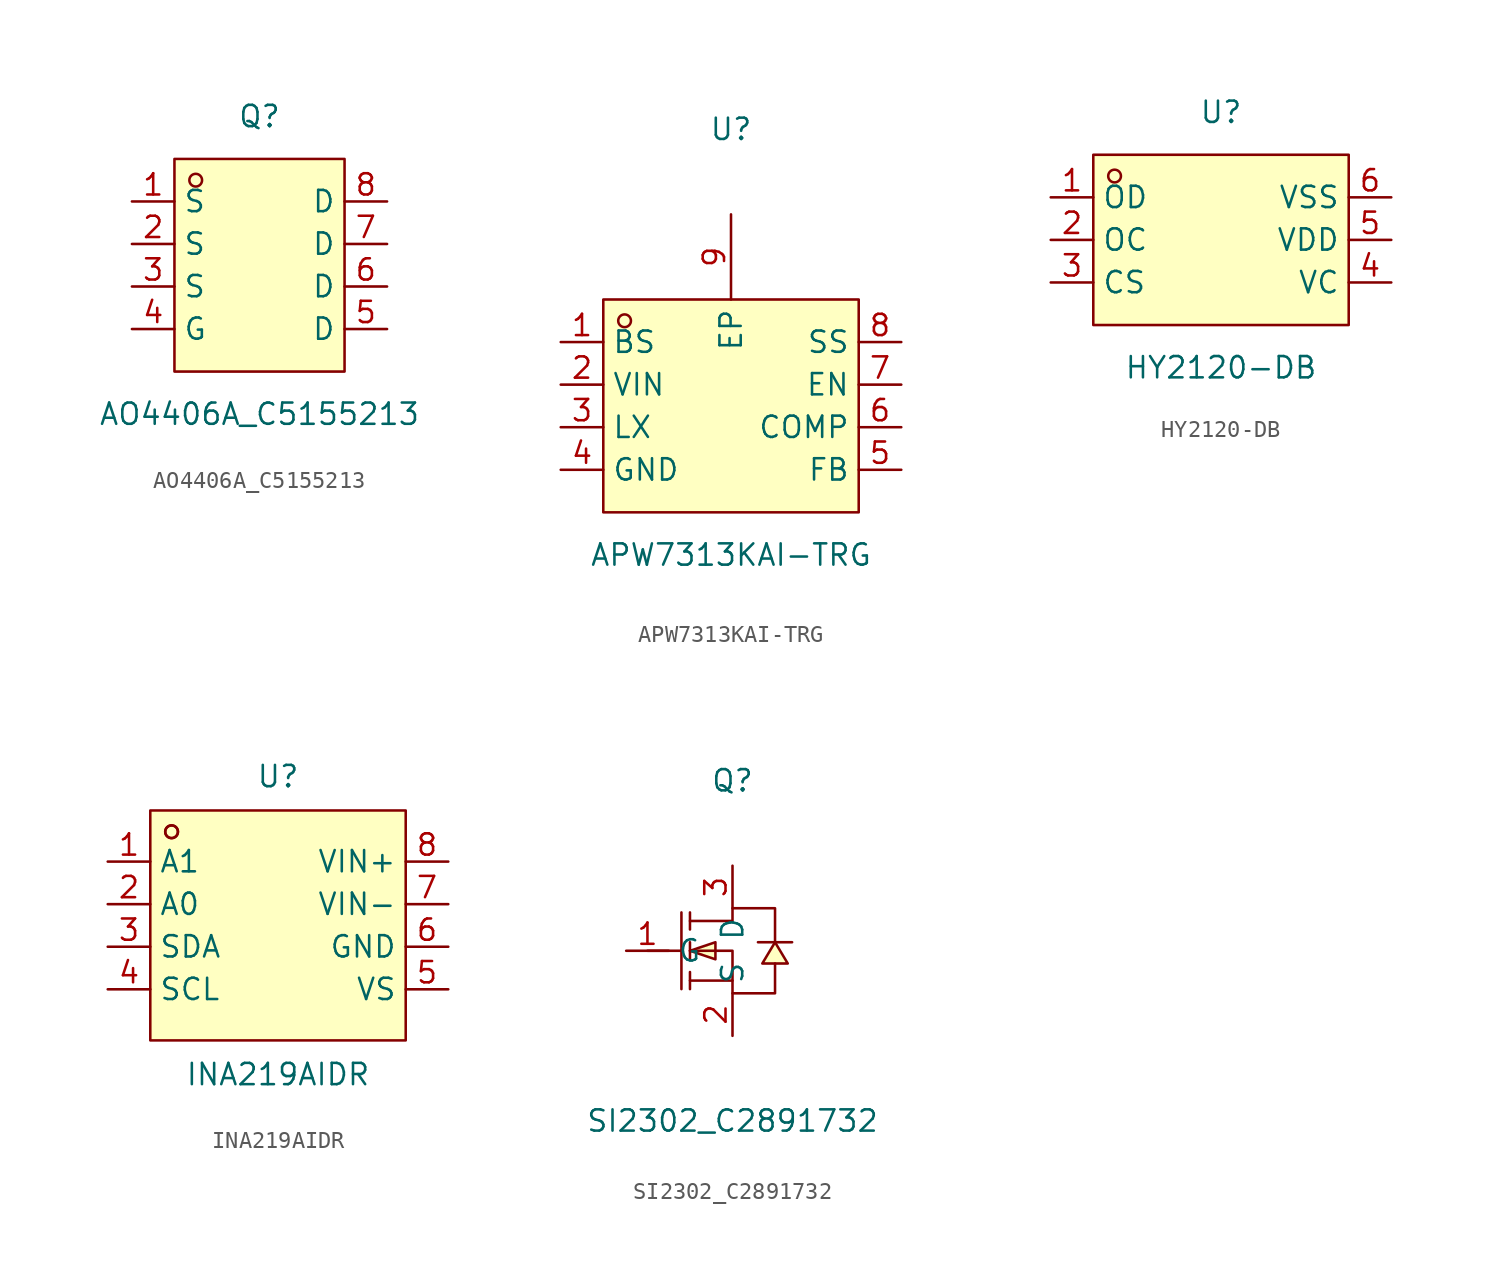
<source format=kicad_sym>
(kicad_symbol_lib
  (version 20211014)
  (generator https://github.com/uPesy/easyeda2kicad.py)
  (symbol "AO4406A_C5155213"
    (property "Reference" "Q"
      (at 0 7.62 0)
      (effects (font (size 1.27 1.27))))
    (property "Value" "AO4406A_C5155213"
      (at 0 -10.16 0)
      (effects (font (size 1.27 1.27))))
    (symbol "AO4406A_C5155213_0_1"
      (rectangle (start -5.08 5.08) (end 5.08 -7.62) (stroke (width 0) (type default) (color 0 0 0 0)) (fill (type background)))
      (circle (center -3.81 3.81) (radius 0.38) (stroke (width 0) (type default) (color 0 0 0 0)) (fill (type none)))
      (pin unspecified line (at -7.62 2.54 0) (length 2.54) (name "S" (effects (font (size 1.27 1.27)))) (number "1" (effects (font (size 1.27 1.27)))))
      (pin unspecified line (at -7.62 -0.00 0) (length 2.54) (name "S" (effects (font (size 1.27 1.27)))) (number "2" (effects (font (size 1.27 1.27)))))
      (pin unspecified line (at -7.62 -2.54 0) (length 2.54) (name "S" (effects (font (size 1.27 1.27)))) (number "3" (effects (font (size 1.27 1.27)))))
      (pin unspecified line (at -7.62 -5.08 0) (length 2.54) (name "G" (effects (font (size 1.27 1.27)))) (number "4" (effects (font (size 1.27 1.27)))))
      (pin unspecified line (at 7.62 -5.08 180) (length 2.54) (name "D" (effects (font (size 1.27 1.27)))) (number "5" (effects (font (size 1.27 1.27)))))
      (pin unspecified line (at 7.62 -2.54 180) (length 2.54) (name "D" (effects (font (size 1.27 1.27)))) (number "6" (effects (font (size 1.27 1.27)))))
      (pin unspecified line (at 7.62 -0.00 180) (length 2.54) (name "D" (effects (font (size 1.27 1.27)))) (number "7" (effects (font (size 1.27 1.27)))))
      (pin unspecified line (at 7.62 2.54 180) (length 2.54) (name "D" (effects (font (size 1.27 1.27)))) (number "8" (effects (font (size 1.27 1.27)))))))
  (symbol "APW7313KAI-TRG"
    (property "Reference" "U"
      (at 0 16.51 0)
      (effects (font (size 1.27 1.27))))
    (property "Value" "APW7313KAI-TRG"
      (at 0 -8.89 0)
      (effects (font (size 1.27 1.27))))
    (symbol "APW7313KAI-TRG_0_1"
      (rectangle (start -7.62 6.35) (end 7.62 -6.35) (stroke (width 0) (type default) (color 0 0 0 0)) (fill (type background)))
      (circle (center -6.35 5.08) (radius 0.38) (stroke (width 0) (type default) (color 0 0 0 0)) (fill (type none)))
      (pin unspecified line (at -10.16 3.81 0) (length 2.54) (name "BS" (effects (font (size 1.27 1.27)))) (number "1" (effects (font (size 1.27 1.27)))))
      (pin unspecified line (at -10.16 1.27 0) (length 2.54) (name "VIN" (effects (font (size 1.27 1.27)))) (number "2" (effects (font (size 1.27 1.27)))))
      (pin unspecified line (at -10.16 -1.27 0) (length 2.54) (name "LX" (effects (font (size 1.27 1.27)))) (number "3" (effects (font (size 1.27 1.27)))))
      (pin unspecified line (at -10.16 -3.81 0) (length 2.54) (name "GND" (effects (font (size 1.27 1.27)))) (number "4" (effects (font (size 1.27 1.27)))))
      (pin unspecified line (at 10.16 -3.81 180) (length 2.54) (name "FB" (effects (font (size 1.27 1.27)))) (number "5" (effects (font (size 1.27 1.27)))))
      (pin unspecified line (at 10.16 -1.27 180) (length 2.54) (name "COMP" (effects (font (size 1.27 1.27)))) (number "6" (effects (font (size 1.27 1.27)))))
      (pin unspecified line (at 10.16 1.27 180) (length 2.54) (name "EN" (effects (font (size 1.27 1.27)))) (number "7" (effects (font (size 1.27 1.27)))))
      (pin unspecified line (at 10.16 3.81 180) (length 2.54) (name "SS" (effects (font (size 1.27 1.27)))) (number "8" (effects (font (size 1.27 1.27)))))
      (pin unspecified line (at 0.00 11.43 270) (length 5.08) (name "EP" (effects (font (size 1.27 1.27)))) (number "9" (effects (font (size 1.27 1.27)))))))
  (symbol "HY2120-DB"
    (property "Reference" "U"
      (at 0 7.62 0)
      (effects (font (size 1.27 1.27))))
    (property "Value" "HY2120-DB"
      (at 0 -7.62 0)
      (effects (font (size 1.27 1.27))))
    (symbol "HY2120-DB_0_1"
      (rectangle (start -7.62 5.08) (end 7.62 -5.08) (stroke (width 0) (type default) (color 0 0 0 0)) (fill (type background)))
      (circle (center -6.35 3.81) (radius 0.38) (stroke (width 0) (type default) (color 0 0 0 0)) (fill (type none)))
      (pin unspecified line (at -10.16 2.54 0) (length 2.54) (name "OD" (effects (font (size 1.27 1.27)))) (number "1" (effects (font (size 1.27 1.27)))))
      (pin unspecified line (at -10.16 -0.00 0) (length 2.54) (name "OC" (effects (font (size 1.27 1.27)))) (number "2" (effects (font (size 1.27 1.27)))))
      (pin unspecified line (at -10.16 -2.54 0) (length 2.54) (name "CS" (effects (font (size 1.27 1.27)))) (number "3" (effects (font (size 1.27 1.27)))))
      (pin unspecified line (at 10.16 -2.54 180) (length 2.54) (name "VC" (effects (font (size 1.27 1.27)))) (number "4" (effects (font (size 1.27 1.27)))))
      (pin unspecified line (at 10.16 -0.00 180) (length 2.54) (name "VDD" (effects (font (size 1.27 1.27)))) (number "5" (effects (font (size 1.27 1.27)))))
      (pin unspecified line (at 10.16 2.54 180) (length 2.54) (name "VSS" (effects (font (size 1.27 1.27)))) (number "6" (effects (font (size 1.27 1.27)))))))
  (symbol "INA219AIDR"
    (property "Reference" "U"
      (at 0 8.89 0)
      (effects (font (size 1.27 1.27))))
    (property "Value" "INA219AIDR"
      (at 0 -8.89 0)
      (effects (font (size 1.27 1.27))))
    (symbol "INA219AIDR_0_1"
      (rectangle (start -7.62 6.86) (end 7.62 -6.86) (stroke (width 0) (type default) (color 0 0 0 0)) (fill (type background)))
      (circle (center -6.35 5.59) (radius 0.38) (stroke (width 0) (type default) (color 0 0 0 0)) (fill (type none)))
      (circle (center -6.35 5.59) (radius 0.38) (stroke (width 0) (type default) (color 0 0 0 0)) (fill (type none)))
      (pin unspecified line (at -10.16 3.81 0) (length 2.54) (name "A1" (effects (font (size 1.27 1.27)))) (number "1" (effects (font (size 1.27 1.27)))))
      (pin unspecified line (at -10.16 1.27 0) (length 2.54) (name "A0" (effects (font (size 1.27 1.27)))) (number "2" (effects (font (size 1.27 1.27)))))
      (pin unspecified line (at -10.16 -1.27 0) (length 2.54) (name "SDA" (effects (font (size 1.27 1.27)))) (number "3" (effects (font (size 1.27 1.27)))))
      (pin unspecified line (at -10.16 -3.81 0) (length 2.54) (name "SCL" (effects (font (size 1.27 1.27)))) (number "4" (effects (font (size 1.27 1.27)))))
      (pin unspecified line (at 10.16 -3.81 180) (length 2.54) (name "VS" (effects (font (size 1.27 1.27)))) (number "5" (effects (font (size 1.27 1.27)))))
      (pin unspecified line (at 10.16 -1.27 180) (length 2.54) (name "GND" (effects (font (size 1.27 1.27)))) (number "6" (effects (font (size 1.27 1.27)))))
      (pin unspecified line (at 10.16 1.27 180) (length 2.54) (name "VIN-" (effects (font (size 1.27 1.27)))) (number "7" (effects (font (size 1.27 1.27)))))
      (pin unspecified line (at 10.16 3.81 180) (length 2.54) (name "VIN+" (effects (font (size 1.27 1.27)))) (number "8" (effects (font (size 1.27 1.27)))))))
  (symbol "SI2302_C2891732"
    (property "Reference" "Q"
      (at 0 10.16 0)
      (effects (font (size 1.27 1.27))))
    (property "Value" "SI2302_C2891732"
      (at 0 -10.16 0)
      (effects (font (size 1.27 1.27))))
    (symbol "SI2302_C2891732_0_1"
      (polyline (pts (xy 3.56 0.51) (xy 3.05 0.51) (xy 2.03 0.51) (xy 1.52 0.51)) (stroke (width 0) (type default) (color 0 0 0 0)) (fill (type none)))
      (polyline (pts (xy -5.08 -0.00) (xy -3.05 -0.00)) (stroke (width 0) (type default) (color 0 0 0 0)) (fill (type none)))
      (polyline (pts (xy -2.54 -2.29) (xy -2.54 -1.27)) (stroke (width 0) (type default) (color 0 0 0 0)) (fill (type none)))
      (polyline (pts (xy -2.54 -0.51) (xy -2.54 0.51)) (stroke (width 0) (type default) (color 0 0 0 0)) (fill (type none)))
      (polyline (pts (xy -2.54 2.29) (xy -2.54 1.27)) (stroke (width 0) (type default) (color 0 0 0 0)) (fill (type none)))
      (polyline (pts (xy -3.05 2.29) (xy -3.05 -2.29)) (stroke (width 0) (type default) (color 0 0 0 0)) (fill (type none)))
      (polyline (pts (xy 0.00 -1.78) (xy -2.54 -1.78)) (stroke (width 0) (type default) (color 0 0 0 0)) (fill (type none)))
      (polyline (pts (xy -2.54 -0.00) (xy 0.00 -0.00) (xy 0.00 -2.54) (xy 2.54 -2.54) (xy 2.54 -0.76)) (stroke (width 0) (type default) (color 0 0 0 0)) (fill (type none)))
      (polyline (pts (xy -2.54 1.78) (xy 0.00 1.78) (xy 0.00 2.54) (xy 2.54 2.54) (xy 2.54 0.51)) (stroke (width 0) (type default) (color 0 0 0 0)) (fill (type none)))
      (polyline (pts (xy 2.54 0.51) (xy 1.78 -0.76) (xy 3.30 -0.76) (xy 2.54 0.51)) (stroke (width 0) (type default) (color 0 0 0 0)) (fill (type background)))
      (polyline (pts (xy -2.54 -0.00) (xy -1.02 -0.51) (xy -1.02 0.51) (xy -2.54 -0.00)) (stroke (width 0) (type default) (color 0 0 0 0)) (fill (type background)))
      (pin unspecified line (at 0.00 -5.08 90) (length 2.54) (name "S" (effects (font (size 1.27 1.27)))) (number "2" (effects (font (size 1.27 1.27)))))
      (pin unspecified line (at -6.35 -0.00 0) (length 2.54) (name "G" (effects (font (size 1.27 1.27)))) (number "1" (effects (font (size 1.27 1.27)))))
      (pin unspecified line (at 0.00 5.08 270) (length 2.54) (name "D" (effects (font (size 1.27 1.27)))) (number "3" (effects (font (size 1.27 1.27))))))))
</source>
